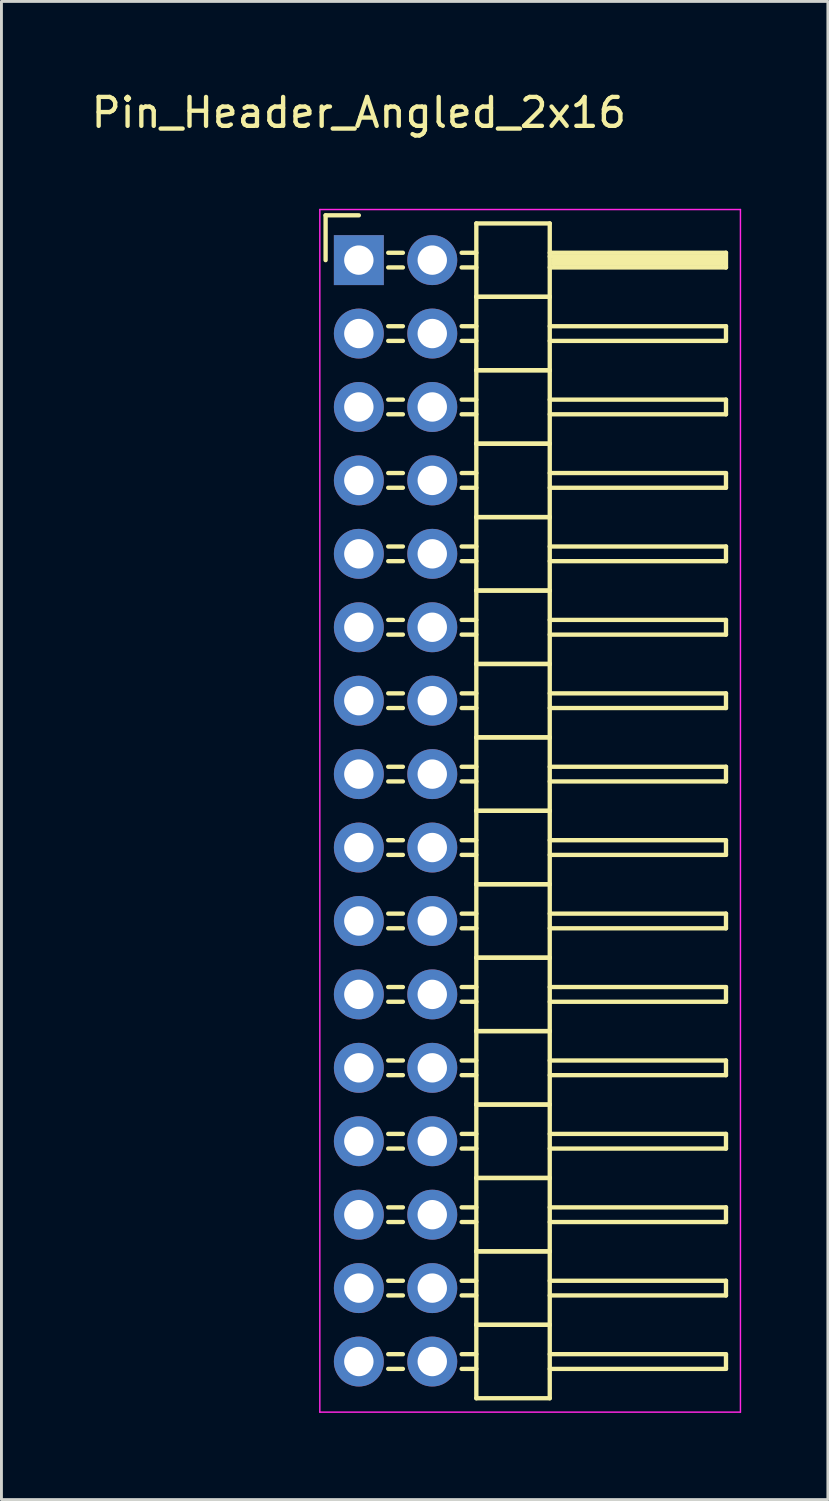
<source format=kicad_pcb>
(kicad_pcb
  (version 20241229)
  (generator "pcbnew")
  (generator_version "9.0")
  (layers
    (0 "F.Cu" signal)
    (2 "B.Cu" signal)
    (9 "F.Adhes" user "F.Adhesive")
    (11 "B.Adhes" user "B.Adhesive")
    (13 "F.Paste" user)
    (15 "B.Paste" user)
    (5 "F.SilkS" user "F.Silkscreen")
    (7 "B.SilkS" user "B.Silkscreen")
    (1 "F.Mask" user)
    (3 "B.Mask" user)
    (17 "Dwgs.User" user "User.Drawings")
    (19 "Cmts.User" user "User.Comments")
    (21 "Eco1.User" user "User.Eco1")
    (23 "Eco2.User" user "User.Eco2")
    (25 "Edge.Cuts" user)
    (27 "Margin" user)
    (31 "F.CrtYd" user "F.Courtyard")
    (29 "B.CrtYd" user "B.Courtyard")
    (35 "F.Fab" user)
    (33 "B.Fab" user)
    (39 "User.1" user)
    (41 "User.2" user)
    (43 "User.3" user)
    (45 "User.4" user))
  (footprint "Pin_Header_Angled_2x16"
    (layer "F.Cu")
    (at 9.363 5.948)
    (property "Reference" "Pin_Header_Angled_2x16" (at 0 -5.1 0) (layer "F.SilkS") (effects (font (size 1 1) (thickness 0.15))))
    (attr through_hole)
    (fp_line (start -1.15 -1.55) (end -1.15 0) (stroke (width 0.15) (type solid)) (layer "F.SilkS"))
    (fp_line (start 0 -1.55) (end -1.15 -1.55) (stroke (width 0.15) (type solid)) (layer "F.SilkS"))
    (fp_line (start 1.524 -0.254) (end 1.016 -0.254) (stroke (width 0.15) (type solid)) (layer "F.SilkS"))
    (fp_line (start 1.524 0.254) (end 1.016 0.254) (stroke (width 0.15) (type solid)) (layer "F.SilkS"))
    (fp_line (start 1.524 2.286) (end 1.016 2.286) (stroke (width 0.15) (type solid)) (layer "F.SilkS"))
    (fp_line (start 1.524 2.794) (end 1.016 2.794) (stroke (width 0.15) (type solid)) (layer "F.SilkS"))
    (fp_line (start 1.524 4.826) (end 1.016 4.826) (stroke (width 0.15) (type solid)) (layer "F.SilkS"))
    (fp_line (start 1.524 5.334) (end 1.016 5.334) (stroke (width 0.15) (type solid)) (layer "F.SilkS"))
    (fp_line (start 1.524 7.366) (end 1.016 7.366) (stroke (width 0.15) (type solid)) (layer "F.SilkS"))
    (fp_line (start 1.524 7.874) (end 1.016 7.874) (stroke (width 0.15) (type solid)) (layer "F.SilkS"))
    (fp_line (start 1.524 9.906) (end 1.016 9.906) (stroke (width 0.15) (type solid)) (layer "F.SilkS"))
    (fp_line (start 1.524 10.414) (end 1.016 10.414) (stroke (width 0.15) (type solid)) (layer "F.SilkS"))
    (fp_line (start 1.524 12.446) (end 1.016 12.446) (stroke (width 0.15) (type solid)) (layer "F.SilkS"))
    (fp_line (start 1.524 12.954) (end 1.016 12.954) (stroke (width 0.15) (type solid)) (layer "F.SilkS"))
    (fp_line (start 1.524 14.986) (end 1.016 14.986) (stroke (width 0.15) (type solid)) (layer "F.SilkS"))
    (fp_line (start 1.524 15.494) (end 1.016 15.494) (stroke (width 0.15) (type solid)) (layer "F.SilkS"))
    (fp_line (start 1.524 17.526) (end 1.016 17.526) (stroke (width 0.15) (type solid)) (layer "F.SilkS"))
    (fp_line (start 1.524 18.034) (end 1.016 18.034) (stroke (width 0.15) (type solid)) (layer "F.SilkS"))
    (fp_line (start 1.524 20.066) (end 1.016 20.066) (stroke (width 0.15) (type solid)) (layer "F.SilkS"))
    (fp_line (start 1.524 20.574) (end 1.016 20.574) (stroke (width 0.15) (type solid)) (layer "F.SilkS"))
    (fp_line (start 1.524 22.606) (end 1.016 22.606) (stroke (width 0.15) (type solid)) (layer "F.SilkS"))
    (fp_line (start 1.524 23.114) (end 1.016 23.114) (stroke (width 0.15) (type solid)) (layer "F.SilkS"))
    (fp_line (start 1.524 25.146) (end 1.016 25.146) (stroke (width 0.15) (type solid)) (layer "F.SilkS"))
    (fp_line (start 1.524 25.654) (end 1.016 25.654) (stroke (width 0.15) (type solid)) (layer "F.SilkS"))
    (fp_line (start 1.524 27.686) (end 1.016 27.686) (stroke (width 0.15) (type solid)) (layer "F.SilkS"))
    (fp_line (start 1.524 28.194) (end 1.016 28.194) (stroke (width 0.15) (type solid)) (layer "F.SilkS"))
    (fp_line (start 1.524 30.226) (end 1.016 30.226) (stroke (width 0.15) (type solid)) (layer "F.SilkS"))
    (fp_line (start 1.524 30.734) (end 1.016 30.734) (stroke (width 0.15) (type solid)) (layer "F.SilkS"))
    (fp_line (start 1.524 32.766) (end 1.016 32.766) (stroke (width 0.15) (type solid)) (layer "F.SilkS"))
    (fp_line (start 1.524 33.274) (end 1.016 33.274) (stroke (width 0.15) (type solid)) (layer "F.SilkS"))
    (fp_line (start 1.524 35.306) (end 1.016 35.306) (stroke (width 0.15) (type solid)) (layer "F.SilkS"))
    (fp_line (start 1.524 35.814) (end 1.016 35.814) (stroke (width 0.15) (type solid)) (layer "F.SilkS"))
    (fp_line (start 1.524 37.846) (end 1.016 37.846) (stroke (width 0.15) (type solid)) (layer "F.SilkS"))
    (fp_line (start 1.524 38.354) (end 1.016 38.354) (stroke (width 0.15) (type solid)) (layer "F.SilkS"))
    (fp_line (start 4.064 -1.27) (end 4.064 1.27) (stroke (width 0.15) (type solid)) (layer "F.SilkS"))
    (fp_line (start 4.064 -1.27) (end 6.604 -1.27) (stroke (width 0.15) (type solid)) (layer "F.SilkS"))
    (fp_line (start 4.064 -0.254) (end 3.556 -0.254) (stroke (width 0.15) (type solid)) (layer "F.SilkS"))
    (fp_line (start 4.064 0.254) (end 3.556 0.254) (stroke (width 0.15) (type solid)) (layer "F.SilkS"))
    (fp_line (start 4.064 1.27) (end 4.064 3.81) (stroke (width 0.15) (type solid)) (layer "F.SilkS"))
    (fp_line (start 4.064 1.27) (end 6.604 1.27) (stroke (width 0.15) (type solid)) (layer "F.SilkS"))
    (fp_line (start 4.064 1.27) (end 6.604 1.27) (stroke (width 0.15) (type solid)) (layer "F.SilkS"))
    (fp_line (start 4.064 2.286) (end 3.556 2.286) (stroke (width 0.15) (type solid)) (layer "F.SilkS"))
    (fp_line (start 4.064 2.794) (end 3.556 2.794) (stroke (width 0.15) (type solid)) (layer "F.SilkS"))
    (fp_line (start 4.064 3.81) (end 4.064 6.35) (stroke (width 0.15) (type solid)) (layer "F.SilkS"))
    (fp_line (start 4.064 3.81) (end 6.604 3.81) (stroke (width 0.15) (type solid)) (layer "F.SilkS"))
    (fp_line (start 4.064 3.81) (end 6.604 3.81) (stroke (width 0.15) (type solid)) (layer "F.SilkS"))
    (fp_line (start 4.064 4.826) (end 3.556 4.826) (stroke (width 0.15) (type solid)) (layer "F.SilkS"))
    (fp_line (start 4.064 5.334) (end 3.556 5.334) (stroke (width 0.15) (type solid)) (layer "F.SilkS"))
    (fp_line (start 4.064 6.35) (end 4.064 8.89) (stroke (width 0.15) (type solid)) (layer "F.SilkS"))
    (fp_line (start 4.064 6.35) (end 6.604 6.35) (stroke (width 0.15) (type solid)) (layer "F.SilkS"))
    (fp_line (start 4.064 6.35) (end 6.604 6.35) (stroke (width 0.15) (type solid)) (layer "F.SilkS"))
    (fp_line (start 4.064 7.366) (end 3.556 7.366) (stroke (width 0.15) (type solid)) (layer "F.SilkS"))
    (fp_line (start 4.064 7.874) (end 3.556 7.874) (stroke (width 0.15) (type solid)) (layer "F.SilkS"))
    (fp_line (start 4.064 8.89) (end 4.064 11.43) (stroke (width 0.15) (type solid)) (layer "F.SilkS"))
    (fp_line (start 4.064 8.89) (end 6.604 8.89) (stroke (width 0.15) (type solid)) (layer "F.SilkS"))
    (fp_line (start 4.064 8.89) (end 6.604 8.89) (stroke (width 0.15) (type solid)) (layer "F.SilkS"))
    (fp_line (start 4.064 9.906) (end 3.556 9.906) (stroke (width 0.15) (type solid)) (layer "F.SilkS"))
    (fp_line (start 4.064 10.414) (end 3.556 10.414) (stroke (width 0.15) (type solid)) (layer "F.SilkS"))
    (fp_line (start 4.064 11.43) (end 4.064 13.97) (stroke (width 0.15) (type solid)) (layer "F.SilkS"))
    (fp_line (start 4.064 11.43) (end 6.604 11.43) (stroke (width 0.15) (type solid)) (layer "F.SilkS"))
    (fp_line (start 4.064 11.43) (end 6.604 11.43) (stroke (width 0.15) (type solid)) (layer "F.SilkS"))
    (fp_line (start 4.064 12.446) (end 3.556 12.446) (stroke (width 0.15) (type solid)) (layer "F.SilkS"))
    (fp_line (start 4.064 12.954) (end 3.556 12.954) (stroke (width 0.15) (type solid)) (layer "F.SilkS"))
    (fp_line (start 4.064 13.97) (end 4.064 16.51) (stroke (width 0.15) (type solid)) (layer "F.SilkS"))
    (fp_line (start 4.064 13.97) (end 6.604 13.97) (stroke (width 0.15) (type solid)) (layer "F.SilkS"))
    (fp_line (start 4.064 13.97) (end 6.604 13.97) (stroke (width 0.15) (type solid)) (layer "F.SilkS"))
    (fp_line (start 4.064 14.986) (end 3.556 14.986) (stroke (width 0.15) (type solid)) (layer "F.SilkS"))
    (fp_line (start 4.064 15.494) (end 3.556 15.494) (stroke (width 0.15) (type solid)) (layer "F.SilkS"))
    (fp_line (start 4.064 16.51) (end 4.064 19.05) (stroke (width 0.15) (type solid)) (layer "F.SilkS"))
    (fp_line (start 4.064 16.51) (end 6.604 16.51) (stroke (width 0.15) (type solid)) (layer "F.SilkS"))
    (fp_line (start 4.064 16.51) (end 6.604 16.51) (stroke (width 0.15) (type solid)) (layer "F.SilkS"))
    (fp_line (start 4.064 17.526) (end 3.556 17.526) (stroke (width 0.15) (type solid)) (layer "F.SilkS"))
    (fp_line (start 4.064 18.034) (end 3.556 18.034) (stroke (width 0.15) (type solid)) (layer "F.SilkS"))
    (fp_line (start 4.064 19.05) (end 4.064 21.59) (stroke (width 0.15) (type solid)) (layer "F.SilkS"))
    (fp_line (start 4.064 19.05) (end 6.604 19.05) (stroke (width 0.15) (type solid)) (layer "F.SilkS"))
    (fp_line (start 4.064 19.05) (end 6.604 19.05) (stroke (width 0.15) (type solid)) (layer "F.SilkS"))
    (fp_line (start 4.064 20.066) (end 3.556 20.066) (stroke (width 0.15) (type solid)) (layer "F.SilkS"))
    (fp_line (start 4.064 20.574) (end 3.556 20.574) (stroke (width 0.15) (type solid)) (layer "F.SilkS"))
    (fp_line (start 4.064 21.59) (end 4.064 24.13) (stroke (width 0.15) (type solid)) (layer "F.SilkS"))
    (fp_line (start 4.064 21.59) (end 6.604 21.59) (stroke (width 0.15) (type solid)) (layer "F.SilkS"))
    (fp_line (start 4.064 21.59) (end 6.604 21.59) (stroke (width 0.15) (type solid)) (layer "F.SilkS"))
    (fp_line (start 4.064 22.606) (end 3.556 22.606) (stroke (width 0.15) (type solid)) (layer "F.SilkS"))
    (fp_line (start 4.064 23.114) (end 3.556 23.114) (stroke (width 0.15) (type solid)) (layer "F.SilkS"))
    (fp_line (start 4.064 24.13) (end 4.064 26.67) (stroke (width 0.15) (type solid)) (layer "F.SilkS"))
    (fp_line (start 4.064 24.13) (end 6.604 24.13) (stroke (width 0.15) (type solid)) (layer "F.SilkS"))
    (fp_line (start 4.064 24.13) (end 6.604 24.13) (stroke (width 0.15) (type solid)) (layer "F.SilkS"))
    (fp_line (start 4.064 25.146) (end 3.556 25.146) (stroke (width 0.15) (type solid)) (layer "F.SilkS"))
    (fp_line (start 4.064 25.654) (end 3.556 25.654) (stroke (width 0.15) (type solid)) (layer "F.SilkS"))
    (fp_line (start 4.064 26.67) (end 4.064 29.21) (stroke (width 0.15) (type solid)) (layer "F.SilkS"))
    (fp_line (start 4.064 26.67) (end 6.604 26.67) (stroke (width 0.15) (type solid)) (layer "F.SilkS"))
    (fp_line (start 4.064 26.67) (end 6.604 26.67) (stroke (width 0.15) (type solid)) (layer "F.SilkS"))
    (fp_line (start 4.064 27.686) (end 3.556 27.686) (stroke (width 0.15) (type solid)) (layer "F.SilkS"))
    (fp_line (start 4.064 28.194) (end 3.556 28.194) (stroke (width 0.15) (type solid)) (layer "F.SilkS"))
    (fp_line (start 4.064 29.21) (end 4.064 31.75) (stroke (width 0.15) (type solid)) (layer "F.SilkS"))
    (fp_line (start 4.064 29.21) (end 6.604 29.21) (stroke (width 0.15) (type solid)) (layer "F.SilkS"))
    (fp_line (start 4.064 29.21) (end 6.604 29.21) (stroke (width 0.15) (type solid)) (layer "F.SilkS"))
    (fp_line (start 4.064 30.226) (end 3.556 30.226) (stroke (width 0.15) (type solid)) (layer "F.SilkS"))
    (fp_line (start 4.064 30.734) (end 3.556 30.734) (stroke (width 0.15) (type solid)) (layer "F.SilkS"))
    (fp_line (start 4.064 31.75) (end 4.064 34.29) (stroke (width 0.15) (type solid)) (layer "F.SilkS"))
    (fp_line (start 4.064 31.75) (end 6.604 31.75) (stroke (width 0.15) (type solid)) (layer "F.SilkS"))
    (fp_line (start 4.064 31.75) (end 6.604 31.75) (stroke (width 0.15) (type solid)) (layer "F.SilkS"))
    (fp_line (start 4.064 32.766) (end 3.556 32.766) (stroke (width 0.15) (type solid)) (layer "F.SilkS"))
    (fp_line (start 4.064 33.274) (end 3.556 33.274) (stroke (width 0.15) (type solid)) (layer "F.SilkS"))
    (fp_line (start 4.064 34.29) (end 4.064 36.83) (stroke (width 0.15) (type solid)) (layer "F.SilkS"))
    (fp_line (start 4.064 34.29) (end 6.604 34.29) (stroke (width 0.15) (type solid)) (layer "F.SilkS"))
    (fp_line (start 4.064 34.29) (end 6.604 34.29) (stroke (width 0.15) (type solid)) (layer "F.SilkS"))
    (fp_line (start 4.064 35.306) (end 3.556 35.306) (stroke (width 0.15) (type solid)) (layer "F.SilkS"))
    (fp_line (start 4.064 35.814) (end 3.556 35.814) (stroke (width 0.15) (type solid)) (layer "F.SilkS"))
    (fp_line (start 4.064 36.83) (end 4.064 39.37) (stroke (width 0.15) (type solid)) (layer "F.SilkS"))
    (fp_line (start 4.064 36.83) (end 6.604 36.83) (stroke (width 0.15) (type solid)) (layer "F.SilkS"))
    (fp_line (start 4.064 36.83) (end 6.604 36.83) (stroke (width 0.15) (type solid)) (layer "F.SilkS"))
    (fp_line (start 4.064 37.846) (end 3.556 37.846) (stroke (width 0.15) (type solid)) (layer "F.SilkS"))
    (fp_line (start 4.064 38.354) (end 3.556 38.354) (stroke (width 0.15) (type solid)) (layer "F.SilkS"))
    (fp_line (start 4.064 39.37) (end 6.604 39.37) (stroke (width 0.15) (type solid)) (layer "F.SilkS"))
    (fp_line (start 6.604 -0.254) (end 12.7 -0.254) (stroke (width 0.15) (type solid)) (layer "F.SilkS"))
    (fp_line (start 6.604 -0.127) (end 12.573 -0.127) (stroke (width 0.15) (type solid)) (layer "F.SilkS"))
    (fp_line (start 6.604 1.27) (end 6.604 -1.27) (stroke (width 0.15) (type solid)) (layer "F.SilkS"))
    (fp_line (start 6.604 2.286) (end 12.7 2.286) (stroke (width 0.15) (type solid)) (layer "F.SilkS"))
    (fp_line (start 6.604 3.81) (end 6.604 1.27) (stroke (width 0.15) (type solid)) (layer "F.SilkS"))
    (fp_line (start 6.604 4.826) (end 12.7 4.826) (stroke (width 0.15) (type solid)) (layer "F.SilkS"))
    (fp_line (start 6.604 6.35) (end 6.604 3.81) (stroke (width 0.15) (type solid)) (layer "F.SilkS"))
    (fp_line (start 6.604 7.366) (end 12.7 7.366) (stroke (width 0.15) (type solid)) (layer "F.SilkS"))
    (fp_line (start 6.604 8.89) (end 6.604 6.35) (stroke (width 0.15) (type solid)) (layer "F.SilkS"))
    (fp_line (start 6.604 9.906) (end 12.7 9.906) (stroke (width 0.15) (type solid)) (layer "F.SilkS"))
    (fp_line (start 6.604 11.43) (end 6.604 8.89) (stroke (width 0.15) (type solid)) (layer "F.SilkS"))
    (fp_line (start 6.604 12.446) (end 12.7 12.446) (stroke (width 0.15) (type solid)) (layer "F.SilkS"))
    (fp_line (start 6.604 13.97) (end 6.604 11.43) (stroke (width 0.15) (type solid)) (layer "F.SilkS"))
    (fp_line (start 6.604 14.986) (end 12.7 14.986) (stroke (width 0.15) (type solid)) (layer "F.SilkS"))
    (fp_line (start 6.604 16.51) (end 6.604 13.97) (stroke (width 0.15) (type solid)) (layer "F.SilkS"))
    (fp_line (start 6.604 17.526) (end 12.7 17.526) (stroke (width 0.15) (type solid)) (layer "F.SilkS"))
    (fp_line (start 6.604 19.05) (end 6.604 16.51) (stroke (width 0.15) (type solid)) (layer "F.SilkS"))
    (fp_line (start 6.604 20.066) (end 12.7 20.066) (stroke (width 0.15) (type solid)) (layer "F.SilkS"))
    (fp_line (start 6.604 21.59) (end 6.604 19.05) (stroke (width 0.15) (type solid)) (layer "F.SilkS"))
    (fp_line (start 6.604 22.606) (end 12.7 22.606) (stroke (width 0.15) (type solid)) (layer "F.SilkS"))
    (fp_line (start 6.604 24.13) (end 6.604 21.59) (stroke (width 0.15) (type solid)) (layer "F.SilkS"))
    (fp_line (start 6.604 25.146) (end 12.7 25.146) (stroke (width 0.15) (type solid)) (layer "F.SilkS"))
    (fp_line (start 6.604 26.67) (end 6.604 24.13) (stroke (width 0.15) (type solid)) (layer "F.SilkS"))
    (fp_line (start 6.604 27.686) (end 12.7 27.686) (stroke (width 0.15) (type solid)) (layer "F.SilkS"))
    (fp_line (start 6.604 29.21) (end 6.604 26.67) (stroke (width 0.15) (type solid)) (layer "F.SilkS"))
    (fp_line (start 6.604 30.226) (end 12.7 30.226) (stroke (width 0.15) (type solid)) (layer "F.SilkS"))
    (fp_line (start 6.604 31.75) (end 6.604 29.21) (stroke (width 0.15) (type solid)) (layer "F.SilkS"))
    (fp_line (start 6.604 32.766) (end 12.7 32.766) (stroke (width 0.15) (type solid)) (layer "F.SilkS"))
    (fp_line (start 6.604 34.29) (end 6.604 31.75) (stroke (width 0.15) (type solid)) (layer "F.SilkS"))
    (fp_line (start 6.604 35.306) (end 12.7 35.306) (stroke (width 0.15) (type solid)) (layer "F.SilkS"))
    (fp_line (start 6.604 36.83) (end 6.604 34.29) (stroke (width 0.15) (type solid)) (layer "F.SilkS"))
    (fp_line (start 6.604 37.846) (end 12.7 37.846) (stroke (width 0.15) (type solid)) (layer "F.SilkS"))
    (fp_line (start 6.604 39.37) (end 6.604 36.83) (stroke (width 0.15) (type solid)) (layer "F.SilkS"))
    (fp_line (start 6.731 0) (end 12.573 0) (stroke (width 0.15) (type solid)) (layer "F.SilkS"))
    (fp_line (start 6.731 0.127) (end 6.731 0) (stroke (width 0.15) (type solid)) (layer "F.SilkS"))
    (fp_line (start 12.573 -0.127) (end 12.573 0.127) (stroke (width 0.15) (type solid)) (layer "F.SilkS"))
    (fp_line (start 12.573 0.127) (end 6.731 0.127) (stroke (width 0.15) (type solid)) (layer "F.SilkS"))
    (fp_line (start 12.7 -0.254) (end 12.7 0.254) (stroke (width 0.15) (type solid)) (layer "F.SilkS"))
    (fp_line (start 12.7 0.254) (end 6.604 0.254) (stroke (width 0.15) (type solid)) (layer "F.SilkS"))
    (fp_line (start 12.7 2.286) (end 12.7 2.794) (stroke (width 0.15) (type solid)) (layer "F.SilkS"))
    (fp_line (start 12.7 2.794) (end 6.604 2.794) (stroke (width 0.15) (type solid)) (layer "F.SilkS"))
    (fp_line (start 12.7 4.826) (end 12.7 5.334) (stroke (width 0.15) (type solid)) (layer "F.SilkS"))
    (fp_line (start 12.7 5.334) (end 6.604 5.334) (stroke (width 0.15) (type solid)) (layer "F.SilkS"))
    (fp_line (start 12.7 7.366) (end 12.7 7.874) (stroke (width 0.15) (type solid)) (layer "F.SilkS"))
    (fp_line (start 12.7 7.874) (end 6.604 7.874) (stroke (width 0.15) (type solid)) (layer "F.SilkS"))
    (fp_line (start 12.7 9.906) (end 12.7 10.414) (stroke (width 0.15) (type solid)) (layer "F.SilkS"))
    (fp_line (start 12.7 10.414) (end 6.604 10.414) (stroke (width 0.15) (type solid)) (layer "F.SilkS"))
    (fp_line (start 12.7 12.446) (end 12.7 12.954) (stroke (width 0.15) (type solid)) (layer "F.SilkS"))
    (fp_line (start 12.7 12.954) (end 6.604 12.954) (stroke (width 0.15) (type solid)) (layer "F.SilkS"))
    (fp_line (start 12.7 14.986) (end 12.7 15.494) (stroke (width 0.15) (type solid)) (layer "F.SilkS"))
    (fp_line (start 12.7 15.494) (end 6.604 15.494) (stroke (width 0.15) (type solid)) (layer "F.SilkS"))
    (fp_line (start 12.7 17.526) (end 12.7 18.034) (stroke (width 0.15) (type solid)) (layer "F.SilkS"))
    (fp_line (start 12.7 18.034) (end 6.604 18.034) (stroke (width 0.15) (type solid)) (layer "F.SilkS"))
    (fp_line (start 12.7 20.066) (end 12.7 20.574) (stroke (width 0.15) (type solid)) (layer "F.SilkS"))
    (fp_line (start 12.7 20.574) (end 6.604 20.574) (stroke (width 0.15) (type solid)) (layer "F.SilkS"))
    (fp_line (start 12.7 22.606) (end 12.7 23.114) (stroke (width 0.15) (type solid)) (layer "F.SilkS"))
    (fp_line (start 12.7 23.114) (end 6.604 23.114) (stroke (width 0.15) (type solid)) (layer "F.SilkS"))
    (fp_line (start 12.7 25.146) (end 12.7 25.654) (stroke (width 0.15) (type solid)) (layer "F.SilkS"))
    (fp_line (start 12.7 25.654) (end 6.604 25.654) (stroke (width 0.15) (type solid)) (layer "F.SilkS"))
    (fp_line (start 12.7 27.686) (end 12.7 28.194) (stroke (width 0.15) (type solid)) (layer "F.SilkS"))
    (fp_line (start 12.7 28.194) (end 6.604 28.194) (stroke (width 0.15) (type solid)) (layer "F.SilkS"))
    (fp_line (start 12.7 30.226) (end 12.7 30.734) (stroke (width 0.15) (type solid)) (layer "F.SilkS"))
    (fp_line (start 12.7 30.734) (end 6.604 30.734) (stroke (width 0.15) (type solid)) (layer "F.SilkS"))
    (fp_line (start 12.7 32.766) (end 12.7 33.274) (stroke (width 0.15) (type solid)) (layer "F.SilkS"))
    (fp_line (start 12.7 33.274) (end 6.604 33.274) (stroke (width 0.15) (type solid)) (layer "F.SilkS"))
    (fp_line (start 12.7 35.306) (end 12.7 35.814) (stroke (width 0.15) (type solid)) (layer "F.SilkS"))
    (fp_line (start 12.7 35.814) (end 6.604 35.814) (stroke (width 0.15) (type solid)) (layer "F.SilkS"))
    (fp_line (start 12.7 37.846) (end 12.7 38.354) (stroke (width 0.15) (type solid)) (layer "F.SilkS"))
    (fp_line (start 12.7 38.354) (end 6.604 38.354) (stroke (width 0.15) (type solid)) (layer "F.SilkS"))
    (fp_line (start -1.35 -1.75) (end -1.35 39.85) (stroke (width 0.05) (type solid)) (layer "F.CrtYd"))
    (fp_line (start -1.35 -1.75) (end 13.2 -1.75) (stroke (width 0.05) (type solid)) (layer "F.CrtYd"))
    (fp_line (start -1.35 39.85) (end 13.2 39.85) (stroke (width 0.05) (type solid)) (layer "F.CrtYd"))
    (fp_line (start 13.2 -1.75) (end 13.2 39.85) (stroke (width 0.05) (type solid)) (layer "F.CrtYd"))
    (pad "1" thru_hole rect (at 0 0) (size 1.727 1.727) (drill 1.016) (layers "*.Cu" "*.Mask"))
    (pad "2" thru_hole oval (at 2.54 0) (size 1.727 1.727) (drill 1.016) (layers "*.Cu" "*.Mask"))
    (pad "3" thru_hole oval (at 0 2.54) (size 1.727 1.727) (drill 1.016) (layers "*.Cu" "*.Mask"))
    (pad "4" thru_hole oval (at 2.54 2.54) (size 1.727 1.727) (drill 1.016) (layers "*.Cu" "*.Mask"))
    (pad "5" thru_hole oval (at 0 5.08) (size 1.727 1.727) (drill 1.016) (layers "*.Cu" "*.Mask"))
    (pad "6" thru_hole oval (at 2.54 5.08) (size 1.727 1.727) (drill 1.016) (layers "*.Cu" "*.Mask"))
    (pad "7" thru_hole oval (at 0 7.62) (size 1.727 1.727) (drill 1.016) (layers "*.Cu" "*.Mask"))
    (pad "8" thru_hole oval (at 2.54 7.62) (size 1.727 1.727) (drill 1.016) (layers "*.Cu" "*.Mask"))
    (pad "9" thru_hole oval (at 0 10.16) (size 1.727 1.727) (drill 1.016) (layers "*.Cu" "*.Mask"))
    (pad "10" thru_hole oval (at 2.54 10.16) (size 1.727 1.727) (drill 1.016) (layers "*.Cu" "*.Mask"))
    (pad "11" thru_hole oval (at 0 12.7) (size 1.727 1.727) (drill 1.016) (layers "*.Cu" "*.Mask"))
    (pad "12" thru_hole oval (at 2.54 12.7) (size 1.727 1.727) (drill 1.016) (layers "*.Cu" "*.Mask"))
    (pad "13" thru_hole oval (at 0 15.24) (size 1.727 1.727) (drill 1.016) (layers "*.Cu" "*.Mask"))
    (pad "14" thru_hole oval (at 2.54 15.24) (size 1.727 1.727) (drill 1.016) (layers "*.Cu" "*.Mask"))
    (pad "15" thru_hole oval (at 0 17.78) (size 1.727 1.727) (drill 1.016) (layers "*.Cu" "*.Mask"))
    (pad "16" thru_hole oval (at 2.54 17.78) (size 1.727 1.727) (drill 1.016) (layers "*.Cu" "*.Mask"))
    (pad "17" thru_hole oval (at 0 20.32) (size 1.727 1.727) (drill 1.016) (layers "*.Cu" "*.Mask"))
    (pad "18" thru_hole oval (at 2.54 20.32) (size 1.727 1.727) (drill 1.016) (layers "*.Cu" "*.Mask"))
    (pad "19" thru_hole oval (at 0 22.86) (size 1.727 1.727) (drill 1.016) (layers "*.Cu" "*.Mask"))
    (pad "20" thru_hole oval (at 2.54 22.86) (size 1.727 1.727) (drill 1.016) (layers "*.Cu" "*.Mask"))
    (pad "21" thru_hole oval (at 0 25.4) (size 1.727 1.727) (drill 1.016) (layers "*.Cu" "*.Mask"))
    (pad "22" thru_hole oval (at 2.54 25.4) (size 1.727 1.727) (drill 1.016) (layers "*.Cu" "*.Mask"))
    (pad "23" thru_hole oval (at 0 27.94) (size 1.727 1.727) (drill 1.016) (layers "*.Cu" "*.Mask"))
    (pad "24" thru_hole oval (at 2.54 27.94) (size 1.727 1.727) (drill 1.016) (layers "*.Cu" "*.Mask"))
    (pad "25" thru_hole oval (at 0 30.48) (size 1.727 1.727) (drill 1.016) (layers "*.Cu" "*.Mask"))
    (pad "26" thru_hole oval (at 2.54 30.48) (size 1.727 1.727) (drill 1.016) (layers "*.Cu" "*.Mask"))
    (pad "27" thru_hole oval (at 0 33.02) (size 1.727 1.727) (drill 1.016) (layers "*.Cu" "*.Mask"))
    (pad "28" thru_hole oval (at 2.54 33.02) (size 1.727 1.727) (drill 1.016) (layers "*.Cu" "*.Mask"))
    (pad "29" thru_hole oval (at 0 35.56) (size 1.727 1.727) (drill 1.016) (layers "*.Cu" "*.Mask"))
    (pad "30" thru_hole oval (at 2.54 35.56) (size 1.727 1.727) (drill 1.016) (layers "*.Cu" "*.Mask"))
    (pad "31" thru_hole oval (at 0 38.1) (size 1.727 1.727) (drill 1.016) (layers "*.Cu" "*.Mask"))
    (pad "32" thru_hole oval (at 2.54 38.1) (size 1.727 1.727) (drill 1.016) (layers "*.Cu" "*.Mask")))
  (gr_rect
    (start -3 -3)
    (end 25.588 48.823)
    (stroke (width 0.1) (type default))
    (fill no)
    (layer "Edge.Cuts")))
</source>
